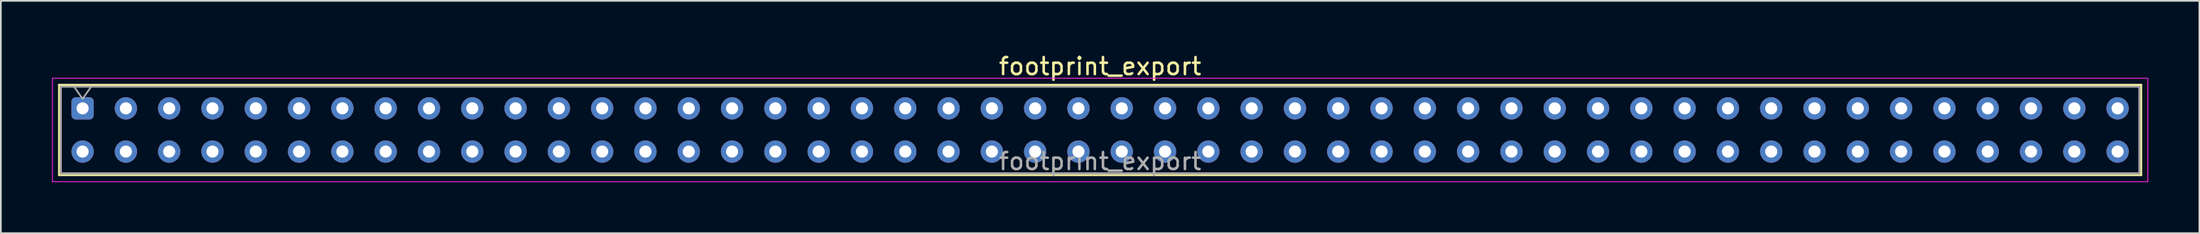
<source format=kicad_pcb>
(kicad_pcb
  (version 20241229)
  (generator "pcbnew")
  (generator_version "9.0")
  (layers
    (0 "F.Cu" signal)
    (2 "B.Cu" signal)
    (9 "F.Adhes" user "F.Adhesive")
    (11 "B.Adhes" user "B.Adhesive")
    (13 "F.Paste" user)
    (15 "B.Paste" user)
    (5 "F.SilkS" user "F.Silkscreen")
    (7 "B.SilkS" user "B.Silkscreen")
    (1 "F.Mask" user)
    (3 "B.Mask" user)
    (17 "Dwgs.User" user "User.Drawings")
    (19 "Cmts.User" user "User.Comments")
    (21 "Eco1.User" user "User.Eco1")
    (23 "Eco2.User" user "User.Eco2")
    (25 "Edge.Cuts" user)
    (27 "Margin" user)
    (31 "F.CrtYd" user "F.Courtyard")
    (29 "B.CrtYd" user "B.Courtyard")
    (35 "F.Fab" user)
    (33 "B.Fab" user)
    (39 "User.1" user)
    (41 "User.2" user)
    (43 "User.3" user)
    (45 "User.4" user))
  (footprint "footprint_export"
    (layer "F.Cu")
    (at 1.795 3.318)
    (property "Reference" "footprint_export" (at 59.69 -2.47 0) (layer "F.SilkS") (effects (font (size 1 1) (thickness 0.15))))
    (attr through_hole)
    (fp_line (start -1.38 -1.38) (end 120.76 -1.38) (stroke (width 0.12) (type solid)) (layer "F.SilkS"))
    (fp_line (start -1.38 3.92) (end -1.38 -1.38) (stroke (width 0.12) (type solid)) (layer "F.SilkS"))
    (fp_line (start 120.76 -1.38) (end 120.76 3.92) (stroke (width 0.12) (type solid)) (layer "F.SilkS"))
    (fp_line (start 120.76 3.92) (end -1.38 3.92) (stroke (width 0.12) (type solid)) (layer "F.SilkS"))
    (fp_line (start -1.77 -1.77) (end 121.15 -1.77) (stroke (width 0.05) (type solid)) (layer "F.CrtYd"))
    (fp_line (start -1.77 4.31) (end -1.77 -1.77) (stroke (width 0.05) (type solid)) (layer "F.CrtYd"))
    (fp_line (start 121.15 -1.77) (end 121.15 4.31) (stroke (width 0.05) (type solid)) (layer "F.CrtYd"))
    (fp_line (start 121.15 4.31) (end -1.77 4.31) (stroke (width 0.05) (type solid)) (layer "F.CrtYd"))
    (fp_line (start -1.27 -1.27) (end 120.65 -1.27) (stroke (width 0.1) (type solid)) (layer "F.Fab"))
    (fp_line (start -1.27 3.81) (end -1.27 -1.27) (stroke (width 0.1) (type solid)) (layer "F.Fab"))
    (fp_line (start -0.5 -1.27) (end 0 -0.563) (stroke (width 0.1) (type solid)) (layer "F.Fab"))
    (fp_line (start 0 -0.563) (end 0.5 -1.27) (stroke (width 0.1) (type solid)) (layer "F.Fab"))
    (fp_line (start 120.65 -1.27) (end 120.65 3.81) (stroke (width 0.1) (type solid)) (layer "F.Fab"))
    (fp_line (start 120.65 3.81) (end -1.27 3.81) (stroke (width 0.1) (type solid)) (layer "F.Fab"))
    (fp_text user "${REFERENCE}" (at 59.69 3.11 0) (layer "F.Fab") (effects (font (size 1 1) (thickness 0.15))))
    (pad "1" thru_hole roundrect (at 0 0) (size 1.31 1.31) (drill 0.71) (layers "*.Cu" "*.Mask") (roundrect_rratio 0.191))
    (pad "2" thru_hole circle (at 0 2.54) (size 1.31 1.31) (drill 0.71) (layers "*.Cu" "*.Mask"))
    (pad "3" thru_hole circle (at 2.54 0) (size 1.31 1.31) (drill 0.71) (layers "*.Cu" "*.Mask"))
    (pad "4" thru_hole circle (at 2.54 2.54) (size 1.31 1.31) (drill 0.71) (layers "*.Cu" "*.Mask"))
    (pad "5" thru_hole circle (at 5.08 0) (size 1.31 1.31) (drill 0.71) (layers "*.Cu" "*.Mask"))
    (pad "6" thru_hole circle (at 5.08 2.54) (size 1.31 1.31) (drill 0.71) (layers "*.Cu" "*.Mask"))
    (pad "7" thru_hole circle (at 7.62 0) (size 1.31 1.31) (drill 0.71) (layers "*.Cu" "*.Mask"))
    (pad "8" thru_hole circle (at 7.62 2.54) (size 1.31 1.31) (drill 0.71) (layers "*.Cu" "*.Mask"))
    (pad "9" thru_hole circle (at 10.16 0) (size 1.31 1.31) (drill 0.71) (layers "*.Cu" "*.Mask"))
    (pad "10" thru_hole circle (at 10.16 2.54) (size 1.31 1.31) (drill 0.71) (layers "*.Cu" "*.Mask"))
    (pad "11" thru_hole circle (at 12.7 0) (size 1.31 1.31) (drill 0.71) (layers "*.Cu" "*.Mask"))
    (pad "12" thru_hole circle (at 12.7 2.54) (size 1.31 1.31) (drill 0.71) (layers "*.Cu" "*.Mask"))
    (pad "13" thru_hole circle (at 15.24 0) (size 1.31 1.31) (drill 0.71) (layers "*.Cu" "*.Mask"))
    (pad "14" thru_hole circle (at 15.24 2.54) (size 1.31 1.31) (drill 0.71) (layers "*.Cu" "*.Mask"))
    (pad "15" thru_hole circle (at 17.78 0) (size 1.31 1.31) (drill 0.71) (layers "*.Cu" "*.Mask"))
    (pad "16" thru_hole circle (at 17.78 2.54) (size 1.31 1.31) (drill 0.71) (layers "*.Cu" "*.Mask"))
    (pad "17" thru_hole circle (at 20.32 0) (size 1.31 1.31) (drill 0.71) (layers "*.Cu" "*.Mask"))
    (pad "18" thru_hole circle (at 20.32 2.54) (size 1.31 1.31) (drill 0.71) (layers "*.Cu" "*.Mask"))
    (pad "19" thru_hole circle (at 22.86 0) (size 1.31 1.31) (drill 0.71) (layers "*.Cu" "*.Mask"))
    (pad "20" thru_hole circle (at 22.86 2.54) (size 1.31 1.31) (drill 0.71) (layers "*.Cu" "*.Mask"))
    (pad "21" thru_hole circle (at 25.4 0) (size 1.31 1.31) (drill 0.71) (layers "*.Cu" "*.Mask"))
    (pad "22" thru_hole circle (at 25.4 2.54) (size 1.31 1.31) (drill 0.71) (layers "*.Cu" "*.Mask"))
    (pad "23" thru_hole circle (at 27.94 0) (size 1.31 1.31) (drill 0.71) (layers "*.Cu" "*.Mask"))
    (pad "24" thru_hole circle (at 27.94 2.54) (size 1.31 1.31) (drill 0.71) (layers "*.Cu" "*.Mask"))
    (pad "25" thru_hole circle (at 30.48 0) (size 1.31 1.31) (drill 0.71) (layers "*.Cu" "*.Mask"))
    (pad "26" thru_hole circle (at 30.48 2.54) (size 1.31 1.31) (drill 0.71) (layers "*.Cu" "*.Mask"))
    (pad "27" thru_hole circle (at 33.02 0) (size 1.31 1.31) (drill 0.71) (layers "*.Cu" "*.Mask"))
    (pad "28" thru_hole circle (at 33.02 2.54) (size 1.31 1.31) (drill 0.71) (layers "*.Cu" "*.Mask"))
    (pad "29" thru_hole circle (at 35.56 0) (size 1.31 1.31) (drill 0.71) (layers "*.Cu" "*.Mask"))
    (pad "30" thru_hole circle (at 35.56 2.54) (size 1.31 1.31) (drill 0.71) (layers "*.Cu" "*.Mask"))
    (pad "31" thru_hole circle (at 38.1 0) (size 1.31 1.31) (drill 0.71) (layers "*.Cu" "*.Mask"))
    (pad "32" thru_hole circle (at 38.1 2.54) (size 1.31 1.31) (drill 0.71) (layers "*.Cu" "*.Mask"))
    (pad "33" thru_hole circle (at 40.64 0) (size 1.31 1.31) (drill 0.71) (layers "*.Cu" "*.Mask"))
    (pad "34" thru_hole circle (at 40.64 2.54) (size 1.31 1.31) (drill 0.71) (layers "*.Cu" "*.Mask"))
    (pad "35" thru_hole circle (at 43.18 0) (size 1.31 1.31) (drill 0.71) (layers "*.Cu" "*.Mask"))
    (pad "36" thru_hole circle (at 43.18 2.54) (size 1.31 1.31) (drill 0.71) (layers "*.Cu" "*.Mask"))
    (pad "37" thru_hole circle (at 45.72 0) (size 1.31 1.31) (drill 0.71) (layers "*.Cu" "*.Mask"))
    (pad "38" thru_hole circle (at 45.72 2.54) (size 1.31 1.31) (drill 0.71) (layers "*.Cu" "*.Mask"))
    (pad "39" thru_hole circle (at 48.26 0) (size 1.31 1.31) (drill 0.71) (layers "*.Cu" "*.Mask"))
    (pad "40" thru_hole circle (at 48.26 2.54) (size 1.31 1.31) (drill 0.71) (layers "*.Cu" "*.Mask"))
    (pad "41" thru_hole circle (at 50.8 0) (size 1.31 1.31) (drill 0.71) (layers "*.Cu" "*.Mask"))
    (pad "42" thru_hole circle (at 50.8 2.54) (size 1.31 1.31) (drill 0.71) (layers "*.Cu" "*.Mask"))
    (pad "43" thru_hole circle (at 53.34 0) (size 1.31 1.31) (drill 0.71) (layers "*.Cu" "*.Mask"))
    (pad "44" thru_hole circle (at 53.34 2.54) (size 1.31 1.31) (drill 0.71) (layers "*.Cu" "*.Mask"))
    (pad "45" thru_hole circle (at 55.88 0) (size 1.31 1.31) (drill 0.71) (layers "*.Cu" "*.Mask"))
    (pad "46" thru_hole circle (at 55.88 2.54) (size 1.31 1.31) (drill 0.71) (layers "*.Cu" "*.Mask"))
    (pad "47" thru_hole circle (at 58.42 0) (size 1.31 1.31) (drill 0.71) (layers "*.Cu" "*.Mask"))
    (pad "48" thru_hole circle (at 58.42 2.54) (size 1.31 1.31) (drill 0.71) (layers "*.Cu" "*.Mask"))
    (pad "49" thru_hole circle (at 60.96 0) (size 1.31 1.31) (drill 0.71) (layers "*.Cu" "*.Mask"))
    (pad "50" thru_hole circle (at 60.96 2.54) (size 1.31 1.31) (drill 0.71) (layers "*.Cu" "*.Mask"))
    (pad "51" thru_hole circle (at 63.5 0) (size 1.31 1.31) (drill 0.71) (layers "*.Cu" "*.Mask"))
    (pad "52" thru_hole circle (at 63.5 2.54) (size 1.31 1.31) (drill 0.71) (layers "*.Cu" "*.Mask"))
    (pad "53" thru_hole circle (at 66.04 0) (size 1.31 1.31) (drill 0.71) (layers "*.Cu" "*.Mask"))
    (pad "54" thru_hole circle (at 66.04 2.54) (size 1.31 1.31) (drill 0.71) (layers "*.Cu" "*.Mask"))
    (pad "55" thru_hole circle (at 68.58 0) (size 1.31 1.31) (drill 0.71) (layers "*.Cu" "*.Mask"))
    (pad "56" thru_hole circle (at 68.58 2.54) (size 1.31 1.31) (drill 0.71) (layers "*.Cu" "*.Mask"))
    (pad "57" thru_hole circle (at 71.12 0) (size 1.31 1.31) (drill 0.71) (layers "*.Cu" "*.Mask"))
    (pad "58" thru_hole circle (at 71.12 2.54) (size 1.31 1.31) (drill 0.71) (layers "*.Cu" "*.Mask"))
    (pad "59" thru_hole circle (at 73.66 0) (size 1.31 1.31) (drill 0.71) (layers "*.Cu" "*.Mask"))
    (pad "60" thru_hole circle (at 73.66 2.54) (size 1.31 1.31) (drill 0.71) (layers "*.Cu" "*.Mask"))
    (pad "61" thru_hole circle (at 76.2 0) (size 1.31 1.31) (drill 0.71) (layers "*.Cu" "*.Mask"))
    (pad "62" thru_hole circle (at 76.2 2.54) (size 1.31 1.31) (drill 0.71) (layers "*.Cu" "*.Mask"))
    (pad "63" thru_hole circle (at 78.74 0) (size 1.31 1.31) (drill 0.71) (layers "*.Cu" "*.Mask"))
    (pad "64" thru_hole circle (at 78.74 2.54) (size 1.31 1.31) (drill 0.71) (layers "*.Cu" "*.Mask"))
    (pad "65" thru_hole circle (at 81.28 0) (size 1.31 1.31) (drill 0.71) (layers "*.Cu" "*.Mask"))
    (pad "66" thru_hole circle (at 81.28 2.54) (size 1.31 1.31) (drill 0.71) (layers "*.Cu" "*.Mask"))
    (pad "67" thru_hole circle (at 83.82 0) (size 1.31 1.31) (drill 0.71) (layers "*.Cu" "*.Mask"))
    (pad "68" thru_hole circle (at 83.82 2.54) (size 1.31 1.31) (drill 0.71) (layers "*.Cu" "*.Mask"))
    (pad "69" thru_hole circle (at 86.36 0) (size 1.31 1.31) (drill 0.71) (layers "*.Cu" "*.Mask"))
    (pad "70" thru_hole circle (at 86.36 2.54) (size 1.31 1.31) (drill 0.71) (layers "*.Cu" "*.Mask"))
    (pad "71" thru_hole circle (at 88.9 0) (size 1.31 1.31) (drill 0.71) (layers "*.Cu" "*.Mask"))
    (pad "72" thru_hole circle (at 88.9 2.54) (size 1.31 1.31) (drill 0.71) (layers "*.Cu" "*.Mask"))
    (pad "73" thru_hole circle (at 91.44 0) (size 1.31 1.31) (drill 0.71) (layers "*.Cu" "*.Mask"))
    (pad "74" thru_hole circle (at 91.44 2.54) (size 1.31 1.31) (drill 0.71) (layers "*.Cu" "*.Mask"))
    (pad "75" thru_hole circle (at 93.98 0) (size 1.31 1.31) (drill 0.71) (layers "*.Cu" "*.Mask"))
    (pad "76" thru_hole circle (at 93.98 2.54) (size 1.31 1.31) (drill 0.71) (layers "*.Cu" "*.Mask"))
    (pad "77" thru_hole circle (at 96.52 0) (size 1.31 1.31) (drill 0.71) (layers "*.Cu" "*.Mask"))
    (pad "78" thru_hole circle (at 96.52 2.54) (size 1.31 1.31) (drill 0.71) (layers "*.Cu" "*.Mask"))
    (pad "79" thru_hole circle (at 99.06 0) (size 1.31 1.31) (drill 0.71) (layers "*.Cu" "*.Mask"))
    (pad "80" thru_hole circle (at 99.06 2.54) (size 1.31 1.31) (drill 0.71) (layers "*.Cu" "*.Mask"))
    (pad "81" thru_hole circle (at 101.6 0) (size 1.31 1.31) (drill 0.71) (layers "*.Cu" "*.Mask"))
    (pad "82" thru_hole circle (at 101.6 2.54) (size 1.31 1.31) (drill 0.71) (layers "*.Cu" "*.Mask"))
    (pad "83" thru_hole circle (at 104.14 0) (size 1.31 1.31) (drill 0.71) (layers "*.Cu" "*.Mask"))
    (pad "84" thru_hole circle (at 104.14 2.54) (size 1.31 1.31) (drill 0.71) (layers "*.Cu" "*.Mask"))
    (pad "85" thru_hole circle (at 106.68 0) (size 1.31 1.31) (drill 0.71) (layers "*.Cu" "*.Mask"))
    (pad "86" thru_hole circle (at 106.68 2.54) (size 1.31 1.31) (drill 0.71) (layers "*.Cu" "*.Mask"))
    (pad "87" thru_hole circle (at 109.22 0) (size 1.31 1.31) (drill 0.71) (layers "*.Cu" "*.Mask"))
    (pad "88" thru_hole circle (at 109.22 2.54) (size 1.31 1.31) (drill 0.71) (layers "*.Cu" "*.Mask"))
    (pad "89" thru_hole circle (at 111.76 0) (size 1.31 1.31) (drill 0.71) (layers "*.Cu" "*.Mask"))
    (pad "90" thru_hole circle (at 111.76 2.54) (size 1.31 1.31) (drill 0.71) (layers "*.Cu" "*.Mask"))
    (pad "91" thru_hole circle (at 114.3 0) (size 1.31 1.31) (drill 0.71) (layers "*.Cu" "*.Mask"))
    (pad "92" thru_hole circle (at 114.3 2.54) (size 1.31 1.31) (drill 0.71) (layers "*.Cu" "*.Mask"))
    (pad "93" thru_hole circle (at 116.84 0) (size 1.31 1.31) (drill 0.71) (layers "*.Cu" "*.Mask"))
    (pad "94" thru_hole circle (at 116.84 2.54) (size 1.31 1.31) (drill 0.71) (layers "*.Cu" "*.Mask"))
    (pad "95" thru_hole circle (at 119.38 0) (size 1.31 1.31) (drill 0.71) (layers "*.Cu" "*.Mask"))
    (pad "96" thru_hole circle (at 119.38 2.54) (size 1.31 1.31) (drill 0.71) (layers "*.Cu" "*.Mask")))
  (gr_rect
    (start -3 -3)
    (end 125.97 10.653)
    (stroke (width 0.1) (type default))
    (fill no)
    (layer "Edge.Cuts")))
</source>
